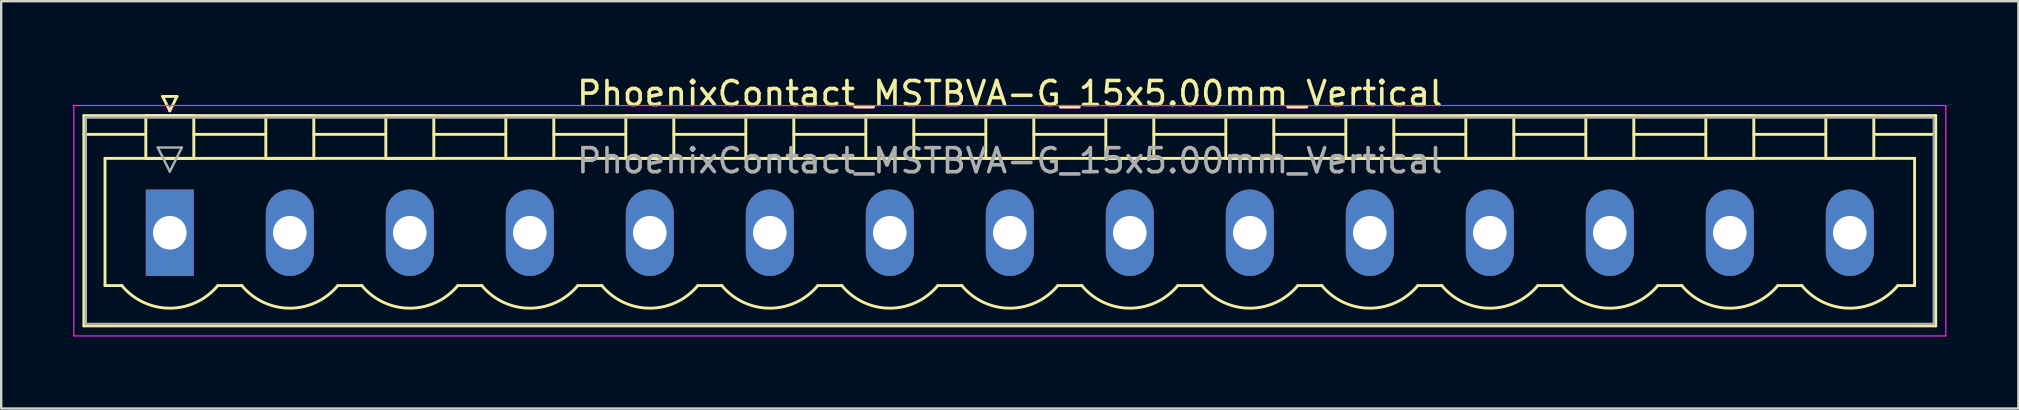
<source format=kicad_pcb>
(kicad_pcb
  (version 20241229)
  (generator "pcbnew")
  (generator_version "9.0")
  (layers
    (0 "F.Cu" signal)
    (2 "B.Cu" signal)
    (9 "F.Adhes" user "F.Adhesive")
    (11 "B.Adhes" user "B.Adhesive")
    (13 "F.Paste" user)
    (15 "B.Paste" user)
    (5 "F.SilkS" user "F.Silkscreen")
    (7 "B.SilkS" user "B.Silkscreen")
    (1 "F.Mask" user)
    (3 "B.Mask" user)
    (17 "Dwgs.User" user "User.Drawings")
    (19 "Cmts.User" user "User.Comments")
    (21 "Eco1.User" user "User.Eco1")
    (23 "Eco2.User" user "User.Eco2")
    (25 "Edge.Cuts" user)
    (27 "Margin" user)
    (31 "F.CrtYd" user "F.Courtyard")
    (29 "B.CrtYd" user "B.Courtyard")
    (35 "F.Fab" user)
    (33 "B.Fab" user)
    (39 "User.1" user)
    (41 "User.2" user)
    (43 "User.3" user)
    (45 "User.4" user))
  (footprint "PhoenixContact_MSTBVA-G_15x5.00mm_Vertical"
    (layer "F.Cu")
    (at 4.025 6.648)
    (property "Reference" "PhoenixContact_MSTBVA-G_15x5.00mm_Vertical" (at 35 -5.8 0) (layer "F.SilkS") (effects (font (size 1 1) (thickness 0.15))))
    (attr through_hole)
    (fp_line (start -3.58 -4.88) (end -3.58 3.88) (stroke (width 0.12) (type solid)) (layer "F.SilkS"))
    (fp_line (start -3.58 -4.1) (end -1.08 -4.1) (stroke (width 0.12) (type solid)) (layer "F.SilkS"))
    (fp_line (start -3.58 3.88) (end 73.58 3.88) (stroke (width 0.12) (type solid)) (layer "F.SilkS"))
    (fp_line (start -2.7 -3.1) (end 72.7 -3.1) (stroke (width 0.12) (type solid)) (layer "F.SilkS"))
    (fp_line (start -2.7 2.2) (end -2.7 -3.1) (stroke (width 0.12) (type solid)) (layer "F.SilkS"))
    (fp_line (start -2 2.2) (end -2.7 2.2) (stroke (width 0.12) (type solid)) (layer "F.SilkS"))
    (fp_line (start -1 -4.88) (end 1 -4.88) (stroke (width 0.12) (type solid)) (layer "F.SilkS"))
    (fp_line (start -1 -3.1) (end -1 -4.88) (stroke (width 0.12) (type solid)) (layer "F.SilkS"))
    (fp_line (start -0.3 -5.68) (end 0.3 -5.68) (stroke (width 0.12) (type solid)) (layer "F.SilkS"))
    (fp_line (start 0 -5.08) (end -0.3 -5.68) (stroke (width 0.12) (type solid)) (layer "F.SilkS"))
    (fp_line (start 0.3 -5.68) (end 0 -5.08) (stroke (width 0.12) (type solid)) (layer "F.SilkS"))
    (fp_line (start 1 -4.88) (end 1 -3.1) (stroke (width 0.12) (type solid)) (layer "F.SilkS"))
    (fp_line (start 1 -4.1) (end 4 -4.1) (stroke (width 0.12) (type solid)) (layer "F.SilkS"))
    (fp_line (start 1 -3.1) (end -1 -3.1) (stroke (width 0.12) (type solid)) (layer "F.SilkS"))
    (fp_line (start 2 2.2) (end 3 2.2) (stroke (width 0.12) (type solid)) (layer "F.SilkS"))
    (fp_line (start 4 -4.88) (end 6 -4.88) (stroke (width 0.12) (type solid)) (layer "F.SilkS"))
    (fp_line (start 4 -3.1) (end 4 -4.88) (stroke (width 0.12) (type solid)) (layer "F.SilkS"))
    (fp_line (start 6 -4.88) (end 6 -3.1) (stroke (width 0.12) (type solid)) (layer "F.SilkS"))
    (fp_line (start 6 -4.1) (end 9 -4.1) (stroke (width 0.12) (type solid)) (layer "F.SilkS"))
    (fp_line (start 6 -3.1) (end 4 -3.1) (stroke (width 0.12) (type solid)) (layer "F.SilkS"))
    (fp_line (start 7 2.2) (end 8 2.2) (stroke (width 0.12) (type solid)) (layer "F.SilkS"))
    (fp_line (start 9 -4.88) (end 11 -4.88) (stroke (width 0.12) (type solid)) (layer "F.SilkS"))
    (fp_line (start 9 -3.1) (end 9 -4.88) (stroke (width 0.12) (type solid)) (layer "F.SilkS"))
    (fp_line (start 11 -4.88) (end 11 -3.1) (stroke (width 0.12) (type solid)) (layer "F.SilkS"))
    (fp_line (start 11 -4.1) (end 14 -4.1) (stroke (width 0.12) (type solid)) (layer "F.SilkS"))
    (fp_line (start 11 -3.1) (end 9 -3.1) (stroke (width 0.12) (type solid)) (layer "F.SilkS"))
    (fp_line (start 12 2.2) (end 13 2.2) (stroke (width 0.12) (type solid)) (layer "F.SilkS"))
    (fp_line (start 14 -4.88) (end 16 -4.88) (stroke (width 0.12) (type solid)) (layer "F.SilkS"))
    (fp_line (start 14 -3.1) (end 14 -4.88) (stroke (width 0.12) (type solid)) (layer "F.SilkS"))
    (fp_line (start 16 -4.88) (end 16 -3.1) (stroke (width 0.12) (type solid)) (layer "F.SilkS"))
    (fp_line (start 16 -4.1) (end 19 -4.1) (stroke (width 0.12) (type solid)) (layer "F.SilkS"))
    (fp_line (start 16 -3.1) (end 14 -3.1) (stroke (width 0.12) (type solid)) (layer "F.SilkS"))
    (fp_line (start 17 2.2) (end 18 2.2) (stroke (width 0.12) (type solid)) (layer "F.SilkS"))
    (fp_line (start 19 -4.88) (end 21 -4.88) (stroke (width 0.12) (type solid)) (layer "F.SilkS"))
    (fp_line (start 19 -3.1) (end 19 -4.88) (stroke (width 0.12) (type solid)) (layer "F.SilkS"))
    (fp_line (start 21 -4.88) (end 21 -3.1) (stroke (width 0.12) (type solid)) (layer "F.SilkS"))
    (fp_line (start 21 -4.1) (end 24 -4.1) (stroke (width 0.12) (type solid)) (layer "F.SilkS"))
    (fp_line (start 21 -3.1) (end 19 -3.1) (stroke (width 0.12) (type solid)) (layer "F.SilkS"))
    (fp_line (start 22 2.2) (end 23 2.2) (stroke (width 0.12) (type solid)) (layer "F.SilkS"))
    (fp_line (start 24 -4.88) (end 26 -4.88) (stroke (width 0.12) (type solid)) (layer "F.SilkS"))
    (fp_line (start 24 -3.1) (end 24 -4.88) (stroke (width 0.12) (type solid)) (layer "F.SilkS"))
    (fp_line (start 26 -4.88) (end 26 -3.1) (stroke (width 0.12) (type solid)) (layer "F.SilkS"))
    (fp_line (start 26 -4.1) (end 29 -4.1) (stroke (width 0.12) (type solid)) (layer "F.SilkS"))
    (fp_line (start 26 -3.1) (end 24 -3.1) (stroke (width 0.12) (type solid)) (layer "F.SilkS"))
    (fp_line (start 27 2.2) (end 28 2.2) (stroke (width 0.12) (type solid)) (layer "F.SilkS"))
    (fp_line (start 29 -4.88) (end 31 -4.88) (stroke (width 0.12) (type solid)) (layer "F.SilkS"))
    (fp_line (start 29 -3.1) (end 29 -4.88) (stroke (width 0.12) (type solid)) (layer "F.SilkS"))
    (fp_line (start 31 -4.88) (end 31 -3.1) (stroke (width 0.12) (type solid)) (layer "F.SilkS"))
    (fp_line (start 31 -4.1) (end 34 -4.1) (stroke (width 0.12) (type solid)) (layer "F.SilkS"))
    (fp_line (start 31 -3.1) (end 29 -3.1) (stroke (width 0.12) (type solid)) (layer "F.SilkS"))
    (fp_line (start 32 2.2) (end 33 2.2) (stroke (width 0.12) (type solid)) (layer "F.SilkS"))
    (fp_line (start 34 -4.88) (end 36 -4.88) (stroke (width 0.12) (type solid)) (layer "F.SilkS"))
    (fp_line (start 34 -3.1) (end 34 -4.88) (stroke (width 0.12) (type solid)) (layer "F.SilkS"))
    (fp_line (start 36 -4.88) (end 36 -3.1) (stroke (width 0.12) (type solid)) (layer "F.SilkS"))
    (fp_line (start 36 -4.1) (end 39 -4.1) (stroke (width 0.12) (type solid)) (layer "F.SilkS"))
    (fp_line (start 36 -3.1) (end 34 -3.1) (stroke (width 0.12) (type solid)) (layer "F.SilkS"))
    (fp_line (start 37 2.2) (end 38 2.2) (stroke (width 0.12) (type solid)) (layer "F.SilkS"))
    (fp_line (start 39 -4.88) (end 41 -4.88) (stroke (width 0.12) (type solid)) (layer "F.SilkS"))
    (fp_line (start 39 -3.1) (end 39 -4.88) (stroke (width 0.12) (type solid)) (layer "F.SilkS"))
    (fp_line (start 41 -4.88) (end 41 -3.1) (stroke (width 0.12) (type solid)) (layer "F.SilkS"))
    (fp_line (start 41 -4.1) (end 44 -4.1) (stroke (width 0.12) (type solid)) (layer "F.SilkS"))
    (fp_line (start 41 -3.1) (end 39 -3.1) (stroke (width 0.12) (type solid)) (layer "F.SilkS"))
    (fp_line (start 42 2.2) (end 43 2.2) (stroke (width 0.12) (type solid)) (layer "F.SilkS"))
    (fp_line (start 44 -4.88) (end 46 -4.88) (stroke (width 0.12) (type solid)) (layer "F.SilkS"))
    (fp_line (start 44 -3.1) (end 44 -4.88) (stroke (width 0.12) (type solid)) (layer "F.SilkS"))
    (fp_line (start 46 -4.88) (end 46 -3.1) (stroke (width 0.12) (type solid)) (layer "F.SilkS"))
    (fp_line (start 46 -4.1) (end 49 -4.1) (stroke (width 0.12) (type solid)) (layer "F.SilkS"))
    (fp_line (start 46 -3.1) (end 44 -3.1) (stroke (width 0.12) (type solid)) (layer "F.SilkS"))
    (fp_line (start 47 2.2) (end 48 2.2) (stroke (width 0.12) (type solid)) (layer "F.SilkS"))
    (fp_line (start 49 -4.88) (end 51 -4.88) (stroke (width 0.12) (type solid)) (layer "F.SilkS"))
    (fp_line (start 49 -3.1) (end 49 -4.88) (stroke (width 0.12) (type solid)) (layer "F.SilkS"))
    (fp_line (start 51 -4.88) (end 51 -3.1) (stroke (width 0.12) (type solid)) (layer "F.SilkS"))
    (fp_line (start 51 -4.1) (end 54 -4.1) (stroke (width 0.12) (type solid)) (layer "F.SilkS"))
    (fp_line (start 51 -3.1) (end 49 -3.1) (stroke (width 0.12) (type solid)) (layer "F.SilkS"))
    (fp_line (start 52 2.2) (end 53 2.2) (stroke (width 0.12) (type solid)) (layer "F.SilkS"))
    (fp_line (start 54 -4.88) (end 56 -4.88) (stroke (width 0.12) (type solid)) (layer "F.SilkS"))
    (fp_line (start 54 -3.1) (end 54 -4.88) (stroke (width 0.12) (type solid)) (layer "F.SilkS"))
    (fp_line (start 56 -4.88) (end 56 -3.1) (stroke (width 0.12) (type solid)) (layer "F.SilkS"))
    (fp_line (start 56 -4.1) (end 59 -4.1) (stroke (width 0.12) (type solid)) (layer "F.SilkS"))
    (fp_line (start 56 -3.1) (end 54 -3.1) (stroke (width 0.12) (type solid)) (layer "F.SilkS"))
    (fp_line (start 57 2.2) (end 58 2.2) (stroke (width 0.12) (type solid)) (layer "F.SilkS"))
    (fp_line (start 59 -4.88) (end 61 -4.88) (stroke (width 0.12) (type solid)) (layer "F.SilkS"))
    (fp_line (start 59 -3.1) (end 59 -4.88) (stroke (width 0.12) (type solid)) (layer "F.SilkS"))
    (fp_line (start 61 -4.88) (end 61 -3.1) (stroke (width 0.12) (type solid)) (layer "F.SilkS"))
    (fp_line (start 61 -4.1) (end 64 -4.1) (stroke (width 0.12) (type solid)) (layer "F.SilkS"))
    (fp_line (start 61 -3.1) (end 59 -3.1) (stroke (width 0.12) (type solid)) (layer "F.SilkS"))
    (fp_line (start 62 2.2) (end 63 2.2) (stroke (width 0.12) (type solid)) (layer "F.SilkS"))
    (fp_line (start 64 -4.88) (end 66 -4.88) (stroke (width 0.12) (type solid)) (layer "F.SilkS"))
    (fp_line (start 64 -3.1) (end 64 -4.88) (stroke (width 0.12) (type solid)) (layer "F.SilkS"))
    (fp_line (start 66 -4.88) (end 66 -3.1) (stroke (width 0.12) (type solid)) (layer "F.SilkS"))
    (fp_line (start 66 -4.1) (end 69 -4.1) (stroke (width 0.12) (type solid)) (layer "F.SilkS"))
    (fp_line (start 66 -3.1) (end 64 -3.1) (stroke (width 0.12) (type solid)) (layer "F.SilkS"))
    (fp_line (start 67 2.2) (end 68 2.2) (stroke (width 0.12) (type solid)) (layer "F.SilkS"))
    (fp_line (start 69 -4.88) (end 71 -4.88) (stroke (width 0.12) (type solid)) (layer "F.SilkS"))
    (fp_line (start 69 -3.1) (end 69 -4.88) (stroke (width 0.12) (type solid)) (layer "F.SilkS"))
    (fp_line (start 71 -4.88) (end 71 -3.1) (stroke (width 0.12) (type solid)) (layer "F.SilkS"))
    (fp_line (start 71 -3.1) (end 69 -3.1) (stroke (width 0.12) (type solid)) (layer "F.SilkS"))
    (fp_line (start 72.7 -3.1) (end 72.7 2.2) (stroke (width 0.12) (type solid)) (layer "F.SilkS"))
    (fp_line (start 72.7 2.2) (end 72 2.2) (stroke (width 0.12) (type solid)) (layer "F.SilkS"))
    (fp_line (start 73.58 -4.88) (end -3.58 -4.88) (stroke (width 0.12) (type solid)) (layer "F.SilkS"))
    (fp_line (start 73.58 -4.1) (end 71.08 -4.1) (stroke (width 0.12) (type solid)) (layer "F.SilkS"))
    (fp_line (start 73.58 3.88) (end 73.58 -4.88) (stroke (width 0.12) (type solid)) (layer "F.SilkS"))
    (fp_arc (start 1.986842 2.215821) (mid -0.010289 3.142758) (end -2 2.2) (stroke (width 0.12) (type solid)) (layer "F.SilkS"))
    (fp_arc (start 6.986842 2.215821) (mid 4.989711 3.142758) (end 3 2.2) (stroke (width 0.12) (type solid)) (layer "F.SilkS"))
    (fp_arc (start 11.986842 2.215821) (mid 9.989711 3.142758) (end 8 2.2) (stroke (width 0.12) (type solid)) (layer "F.SilkS"))
    (fp_arc (start 16.986842 2.215821) (mid 14.989711 3.142758) (end 13 2.2) (stroke (width 0.12) (type solid)) (layer "F.SilkS"))
    (fp_arc (start 21.986842 2.215821) (mid 19.989711 3.142758) (end 18 2.2) (stroke (width 0.12) (type solid)) (layer "F.SilkS"))
    (fp_arc (start 26.986842 2.215821) (mid 24.989711 3.142758) (end 23 2.2) (stroke (width 0.12) (type solid)) (layer "F.SilkS"))
    (fp_arc (start 31.986842 2.215821) (mid 29.989711 3.142758) (end 28 2.2) (stroke (width 0.12) (type solid)) (layer "F.SilkS"))
    (fp_arc (start 36.986842 2.215821) (mid 34.989711 3.142758) (end 33 2.2) (stroke (width 0.12) (type solid)) (layer "F.SilkS"))
    (fp_arc (start 41.986842 2.215821) (mid 39.989711 3.142758) (end 38 2.2) (stroke (width 0.12) (type solid)) (layer "F.SilkS"))
    (fp_arc (start 46.986842 2.215821) (mid 44.989711 3.142758) (end 43 2.2) (stroke (width 0.12) (type solid)) (layer "F.SilkS"))
    (fp_arc (start 51.986842 2.215821) (mid 49.989711 3.142758) (end 48 2.2) (stroke (width 0.12) (type solid)) (layer "F.SilkS"))
    (fp_arc (start 56.986842 2.215821) (mid 54.989711 3.142758) (end 53 2.2) (stroke (width 0.12) (type solid)) (layer "F.SilkS"))
    (fp_arc (start 61.986842 2.215821) (mid 59.989711 3.142758) (end 58 2.2) (stroke (width 0.12) (type solid)) (layer "F.SilkS"))
    (fp_arc (start 66.986842 2.215821) (mid 64.989711 3.142758) (end 63 2.2) (stroke (width 0.12) (type solid)) (layer "F.SilkS"))
    (fp_arc (start 71.986842 2.215821) (mid 69.989711 3.142758) (end 68 2.2) (stroke (width 0.12) (type solid)) (layer "F.SilkS"))
    (fp_line (start -4 -5.3) (end -4 4.3) (stroke (width 0.05) (type solid)) (layer "F.CrtYd"))
    (fp_line (start -4 4.3) (end 74 4.3) (stroke (width 0.05) (type solid)) (layer "F.CrtYd"))
    (fp_line (start 74 -5.3) (end -4 -5.3) (stroke (width 0.05) (type solid)) (layer "F.CrtYd"))
    (fp_line (start 74 4.3) (end 74 -5.3) (stroke (width 0.05) (type solid)) (layer "F.CrtYd"))
    (fp_line (start -3.5 -4.8) (end -3.5 3.8) (stroke (width 0.1) (type solid)) (layer "F.Fab"))
    (fp_line (start -3.5 3.8) (end 73.5 3.8) (stroke (width 0.1) (type solid)) (layer "F.Fab"))
    (fp_line (start -0.5 -3.55) (end 0.5 -3.55) (stroke (width 0.1) (type solid)) (layer "F.Fab"))
    (fp_line (start 0 -2.55) (end -0.5 -3.55) (stroke (width 0.1) (type solid)) (layer "F.Fab"))
    (fp_line (start 0.5 -3.55) (end 0 -2.55) (stroke (width 0.1) (type solid)) (layer "F.Fab"))
    (fp_line (start 73.5 -4.8) (end -3.5 -4.8) (stroke (width 0.1) (type solid)) (layer "F.Fab"))
    (fp_line (start 73.5 3.8) (end 73.5 -4.8) (stroke (width 0.1) (type solid)) (layer "F.Fab"))
    (fp_text user "${REFERENCE}" (at 35 -3 0) (layer "F.Fab") (effects (font (size 1 1) (thickness 0.15))))
    (pad "1" thru_hole rect (at 0 0) (size 2 3.6) (drill 1.4) (layers "*.Cu" "*.Mask"))
    (pad "2" thru_hole oval (at 5 0) (size 2 3.6) (drill 1.4) (layers "*.Cu" "*.Mask"))
    (pad "3" thru_hole oval (at 10 0) (size 2 3.6) (drill 1.4) (layers "*.Cu" "*.Mask"))
    (pad "4" thru_hole oval (at 15 0) (size 2 3.6) (drill 1.4) (layers "*.Cu" "*.Mask"))
    (pad "5" thru_hole oval (at 20 0) (size 2 3.6) (drill 1.4) (layers "*.Cu" "*.Mask"))
    (pad "6" thru_hole oval (at 25 0) (size 2 3.6) (drill 1.4) (layers "*.Cu" "*.Mask"))
    (pad "7" thru_hole oval (at 30 0) (size 2 3.6) (drill 1.4) (layers "*.Cu" "*.Mask"))
    (pad "8" thru_hole oval (at 35 0) (size 2 3.6) (drill 1.4) (layers "*.Cu" "*.Mask"))
    (pad "9" thru_hole oval (at 40 0) (size 2 3.6) (drill 1.4) (layers "*.Cu" "*.Mask"))
    (pad "10" thru_hole oval (at 45 0) (size 2 3.6) (drill 1.4) (layers "*.Cu" "*.Mask"))
    (pad "11" thru_hole oval (at 50 0) (size 2 3.6) (drill 1.4) (layers "*.Cu" "*.Mask"))
    (pad "12" thru_hole oval (at 55 0) (size 2 3.6) (drill 1.4) (layers "*.Cu" "*.Mask"))
    (pad "13" thru_hole oval (at 60 0) (size 2 3.6) (drill 1.4) (layers "*.Cu" "*.Mask"))
    (pad "14" thru_hole oval (at 65 0) (size 2 3.6) (drill 1.4) (layers "*.Cu" "*.Mask"))
    (pad "15" thru_hole oval (at 70 0) (size 2 3.6) (drill 1.4) (layers "*.Cu" "*.Mask")))
  (gr_rect
    (start -3 -3)
    (end 81.05 13.973)
    (stroke (width 0.1) (type default))
    (fill no)
    (layer "Edge.Cuts")))
</source>
